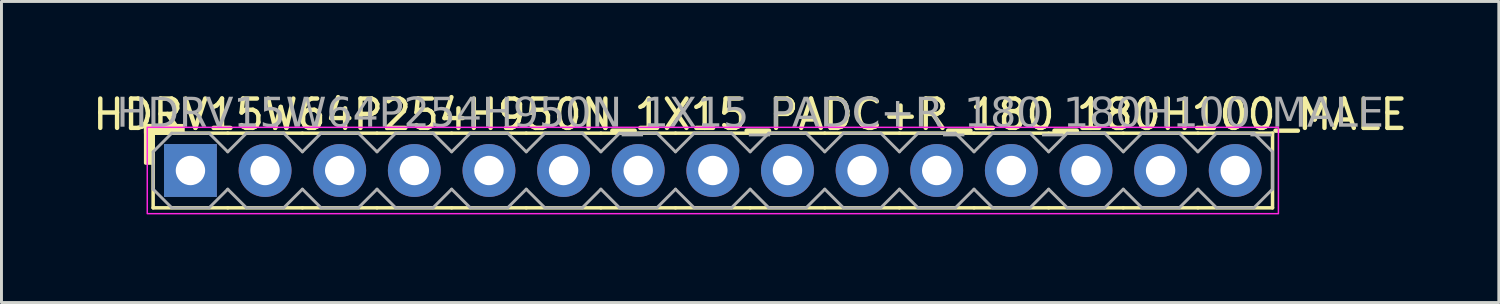
<source format=kicad_pcb>
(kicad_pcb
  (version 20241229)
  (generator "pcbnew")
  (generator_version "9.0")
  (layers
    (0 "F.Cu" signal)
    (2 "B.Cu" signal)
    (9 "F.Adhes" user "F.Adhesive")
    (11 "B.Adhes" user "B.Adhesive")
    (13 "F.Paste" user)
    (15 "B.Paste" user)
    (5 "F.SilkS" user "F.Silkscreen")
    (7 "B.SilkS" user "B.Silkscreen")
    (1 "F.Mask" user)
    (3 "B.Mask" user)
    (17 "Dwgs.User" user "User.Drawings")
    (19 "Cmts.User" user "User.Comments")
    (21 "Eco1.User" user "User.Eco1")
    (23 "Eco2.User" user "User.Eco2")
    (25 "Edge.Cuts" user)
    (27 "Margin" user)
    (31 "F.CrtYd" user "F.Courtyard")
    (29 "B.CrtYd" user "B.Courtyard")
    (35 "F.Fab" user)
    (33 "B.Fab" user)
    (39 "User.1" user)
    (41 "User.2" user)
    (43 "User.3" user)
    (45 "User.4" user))
  (footprint "HDRV15W64P254H950N_1X15_PADC+R_180_180H100_MALE"
    (layer "F.Cu")
    (at 21.212 2.753)
    (property "Reference" "HDRV15W64P254H950N_1X15_PADC+R_180_180H100_MALE" (at 1.27 -1.905 0) (layer "F.SilkS") (effects (font (size 1 1) (thickness 0.15))))
    (attr through_hole)
    (fp_line (start -19.05 1.27) (end -19.05 -1.27) (stroke (width 0.12) (type solid)) (layer "F.SilkS"))
    (fp_line (start -16.51 -1.27) (end -19.05 -1.27) (stroke (width 0.12) (type solid)) (layer "F.SilkS"))
    (fp_line (start -16.51 1.27) (end -19.05 1.27) (stroke (width 0.12) (type solid)) (layer "F.SilkS"))
    (fp_line (start -13.97 -1.27) (end -16.51 -1.27) (stroke (width 0.12) (type solid)) (layer "F.SilkS"))
    (fp_line (start -13.97 1.27) (end -16.51 1.27) (stroke (width 0.12) (type solid)) (layer "F.SilkS"))
    (fp_line (start -11.43 -1.27) (end -13.97 -1.27) (stroke (width 0.12) (type solid)) (layer "F.SilkS"))
    (fp_line (start -11.43 1.27) (end -13.97 1.27) (stroke (width 0.12) (type solid)) (layer "F.SilkS"))
    (fp_line (start -8.89 -1.27) (end -11.43 -1.27) (stroke (width 0.12) (type solid)) (layer "F.SilkS"))
    (fp_line (start -8.89 1.27) (end -11.43 1.27) (stroke (width 0.12) (type solid)) (layer "F.SilkS"))
    (fp_line (start -6.35 -1.27) (end -8.89 -1.27) (stroke (width 0.12) (type solid)) (layer "F.SilkS"))
    (fp_line (start -6.35 1.27) (end -8.89 1.27) (stroke (width 0.12) (type solid)) (layer "F.SilkS"))
    (fp_line (start -3.81 -1.27) (end -6.35 -1.27) (stroke (width 0.12) (type solid)) (layer "F.SilkS"))
    (fp_line (start -3.81 1.27) (end -6.35 1.27) (stroke (width 0.12) (type solid)) (layer "F.SilkS"))
    (fp_line (start -1.27 -1.27) (end -3.81 -1.27) (stroke (width 0.12) (type solid)) (layer "F.SilkS"))
    (fp_line (start -1.27 1.27) (end -3.81 1.27) (stroke (width 0.12) (type solid)) (layer "F.SilkS"))
    (fp_line (start 1.27 -1.27) (end -1.27 -1.27) (stroke (width 0.12) (type solid)) (layer "F.SilkS"))
    (fp_line (start 1.27 1.27) (end -1.27 1.27) (stroke (width 0.12) (type solid)) (layer "F.SilkS"))
    (fp_line (start 3.81 -1.27) (end 1.27 -1.27) (stroke (width 0.12) (type solid)) (layer "F.SilkS"))
    (fp_line (start 3.81 1.27) (end 1.27 1.27) (stroke (width 0.12) (type solid)) (layer "F.SilkS"))
    (fp_line (start 6.35 -1.27) (end 3.81 -1.27) (stroke (width 0.12) (type solid)) (layer "F.SilkS"))
    (fp_line (start 6.35 1.27) (end 3.81 1.27) (stroke (width 0.12) (type solid)) (layer "F.SilkS"))
    (fp_line (start 8.89 -1.27) (end 6.35 -1.27) (stroke (width 0.12) (type solid)) (layer "F.SilkS"))
    (fp_line (start 8.89 1.27) (end 6.35 1.27) (stroke (width 0.12) (type solid)) (layer "F.SilkS"))
    (fp_line (start 11.43 -1.27) (end 8.89 -1.27) (stroke (width 0.12) (type solid)) (layer "F.SilkS"))
    (fp_line (start 11.43 1.27) (end 8.89 1.27) (stroke (width 0.12) (type solid)) (layer "F.SilkS"))
    (fp_line (start 13.97 -1.27) (end 11.43 -1.27) (stroke (width 0.12) (type solid)) (layer "F.SilkS"))
    (fp_line (start 13.97 1.27) (end 11.43 1.27) (stroke (width 0.12) (type solid)) (layer "F.SilkS"))
    (fp_line (start 16.51 -1.27) (end 13.97 -1.27) (stroke (width 0.12) (type solid)) (layer "F.SilkS"))
    (fp_line (start 16.51 1.27) (end 13.97 1.27) (stroke (width 0.12) (type solid)) (layer "F.SilkS"))
    (fp_line (start 19.05 -1.27) (end 16.51 -1.27) (stroke (width 0.12) (type solid)) (layer "F.SilkS"))
    (fp_line (start 19.05 1.27) (end 16.51 1.27) (stroke (width 0.12) (type solid)) (layer "F.SilkS"))
    (fp_line (start 19.05 1.27) (end 19.05 -1.27) (stroke (width 0.12) (type solid)) (layer "F.SilkS"))
    (fp_rect (start -19.304 -0.254) (end -19.05 -1.524) (stroke (width 0.12) (type solid)) (fill yes) (layer "F.SilkS"))
    (fp_rect (start -18.034 -1.27) (end -19.304 -1.524) (stroke (width 0.12) (type solid)) (fill yes) (layer "F.SilkS"))
    (fp_rect (start -19.25 -1.47) (end 19.25 1.47) (stroke (width 0.05) (type default)) (fill no) (layer "F.CrtYd"))
    (fp_line (start -19.05 -0.635) (end -19.05 0.635) (stroke (width 0.1) (type solid)) (layer "F.Fab"))
    (fp_line (start -19.05 -0.635) (end -18.415 -1.27) (stroke (width 0.1) (type solid)) (layer "F.Fab"))
    (fp_line (start -18.415 -1.27) (end -17.145 -1.27) (stroke (width 0.1) (type solid)) (layer "F.Fab"))
    (fp_line (start -18.415 1.27) (end -19.05 0.635) (stroke (width 0.1) (type solid)) (layer "F.Fab"))
    (fp_line (start -17.145 -1.27) (end -16.51 -0.635) (stroke (width 0.1) (type solid)) (layer "F.Fab"))
    (fp_line (start -17.145 1.27) (end -18.415 1.27) (stroke (width 0.1) (type solid)) (layer "F.Fab"))
    (fp_line (start -16.51 -0.635) (end -15.875 -1.27) (stroke (width 0.1) (type solid)) (layer "F.Fab"))
    (fp_line (start -16.51 0.635) (end -17.145 1.27) (stroke (width 0.1) (type solid)) (layer "F.Fab"))
    (fp_line (start -15.875 -1.27) (end -14.605 -1.27) (stroke (width 0.1) (type solid)) (layer "F.Fab"))
    (fp_line (start -15.875 1.27) (end -16.51 0.635) (stroke (width 0.1) (type solid)) (layer "F.Fab"))
    (fp_line (start -14.605 -1.27) (end -13.97 -0.635) (stroke (width 0.1) (type solid)) (layer "F.Fab"))
    (fp_line (start -14.605 1.27) (end -15.875 1.27) (stroke (width 0.1) (type solid)) (layer "F.Fab"))
    (fp_line (start -13.97 -0.635) (end -13.335 -1.27) (stroke (width 0.1) (type solid)) (layer "F.Fab"))
    (fp_line (start -13.97 0.635) (end -14.605 1.27) (stroke (width 0.1) (type solid)) (layer "F.Fab"))
    (fp_line (start -13.335 -1.27) (end -12.065 -1.27) (stroke (width 0.1) (type solid)) (layer "F.Fab"))
    (fp_line (start -13.335 1.27) (end -13.97 0.635) (stroke (width 0.1) (type solid)) (layer "F.Fab"))
    (fp_line (start -12.065 -1.27) (end -11.43 -0.635) (stroke (width 0.1) (type solid)) (layer "F.Fab"))
    (fp_line (start -12.065 1.27) (end -13.335 1.27) (stroke (width 0.1) (type solid)) (layer "F.Fab"))
    (fp_line (start -11.43 -0.635) (end -10.795 -1.27) (stroke (width 0.1) (type solid)) (layer "F.Fab"))
    (fp_line (start -11.43 0.635) (end -12.065 1.27) (stroke (width 0.1) (type solid)) (layer "F.Fab"))
    (fp_line (start -10.795 -1.27) (end -9.525 -1.27) (stroke (width 0.1) (type solid)) (layer "F.Fab"))
    (fp_line (start -10.795 1.27) (end -11.43 0.635) (stroke (width 0.1) (type solid)) (layer "F.Fab"))
    (fp_line (start -9.525 -1.27) (end -8.89 -0.635) (stroke (width 0.1) (type solid)) (layer "F.Fab"))
    (fp_line (start -9.525 1.27) (end -10.795 1.27) (stroke (width 0.1) (type solid)) (layer "F.Fab"))
    (fp_line (start -8.89 -0.635) (end -8.255 -1.27) (stroke (width 0.1) (type solid)) (layer "F.Fab"))
    (fp_line (start -8.89 0.635) (end -9.525 1.27) (stroke (width 0.1) (type solid)) (layer "F.Fab"))
    (fp_line (start -8.255 -1.27) (end -6.985 -1.27) (stroke (width 0.1) (type solid)) (layer "F.Fab"))
    (fp_line (start -8.255 1.27) (end -8.89 0.635) (stroke (width 0.1) (type solid)) (layer "F.Fab"))
    (fp_line (start -6.985 -1.27) (end -6.35 -0.635) (stroke (width 0.1) (type solid)) (layer "F.Fab"))
    (fp_line (start -6.985 1.27) (end -8.255 1.27) (stroke (width 0.1) (type solid)) (layer "F.Fab"))
    (fp_line (start -6.35 -0.635) (end -5.715 -1.27) (stroke (width 0.1) (type solid)) (layer "F.Fab"))
    (fp_line (start -6.35 0.635) (end -6.985 1.27) (stroke (width 0.1) (type solid)) (layer "F.Fab"))
    (fp_line (start -5.715 -1.27) (end -4.445 -1.27) (stroke (width 0.1) (type solid)) (layer "F.Fab"))
    (fp_line (start -5.715 1.27) (end -6.35 0.635) (stroke (width 0.1) (type solid)) (layer "F.Fab"))
    (fp_line (start -4.445 -1.27) (end -3.81 -0.635) (stroke (width 0.1) (type solid)) (layer "F.Fab"))
    (fp_line (start -4.445 1.27) (end -5.715 1.27) (stroke (width 0.1) (type solid)) (layer "F.Fab"))
    (fp_line (start -3.81 -0.635) (end -3.175 -1.27) (stroke (width 0.1) (type solid)) (layer "F.Fab"))
    (fp_line (start -3.81 0.635) (end -4.445 1.27) (stroke (width 0.1) (type solid)) (layer "F.Fab"))
    (fp_line (start -3.175 -1.27) (end -1.905 -1.27) (stroke (width 0.1) (type solid)) (layer "F.Fab"))
    (fp_line (start -3.175 1.27) (end -3.81 0.635) (stroke (width 0.1) (type solid)) (layer "F.Fab"))
    (fp_line (start -1.905 -1.27) (end -1.27 -0.635) (stroke (width 0.1) (type solid)) (layer "F.Fab"))
    (fp_line (start -1.905 1.27) (end -3.175 1.27) (stroke (width 0.1) (type solid)) (layer "F.Fab"))
    (fp_line (start -1.27 -0.635) (end -0.635 -1.27) (stroke (width 0.1) (type solid)) (layer "F.Fab"))
    (fp_line (start -1.27 0.635) (end -1.905 1.27) (stroke (width 0.1) (type solid)) (layer "F.Fab"))
    (fp_line (start -0.635 -1.27) (end 0.635 -1.27) (stroke (width 0.1) (type solid)) (layer "F.Fab"))
    (fp_line (start -0.635 1.27) (end -1.27 0.635) (stroke (width 0.1) (type solid)) (layer "F.Fab"))
    (fp_line (start 0.635 -1.27) (end 1.27 -0.635) (stroke (width 0.1) (type solid)) (layer "F.Fab"))
    (fp_line (start 0.635 1.27) (end -0.635 1.27) (stroke (width 0.1) (type solid)) (layer "F.Fab"))
    (fp_line (start 1.27 -0.635) (end 1.905 -1.27) (stroke (width 0.1) (type solid)) (layer "F.Fab"))
    (fp_line (start 1.27 0.635) (end 0.635 1.27) (stroke (width 0.1) (type solid)) (layer "F.Fab"))
    (fp_line (start 1.905 -1.27) (end 3.175 -1.27) (stroke (width 0.1) (type solid)) (layer "F.Fab"))
    (fp_line (start 1.905 1.27) (end 1.27 0.635) (stroke (width 0.1) (type solid)) (layer "F.Fab"))
    (fp_line (start 3.175 -1.27) (end 3.81 -0.635) (stroke (width 0.1) (type solid)) (layer "F.Fab"))
    (fp_line (start 3.175 1.27) (end 1.905 1.27) (stroke (width 0.1) (type solid)) (layer "F.Fab"))
    (fp_line (start 3.81 -0.635) (end 4.445 -1.27) (stroke (width 0.1) (type solid)) (layer "F.Fab"))
    (fp_line (start 3.81 0.635) (end 3.175 1.27) (stroke (width 0.1) (type solid)) (layer "F.Fab"))
    (fp_line (start 4.445 -1.27) (end 5.715 -1.27) (stroke (width 0.1) (type solid)) (layer "F.Fab"))
    (fp_line (start 4.445 1.27) (end 3.81 0.635) (stroke (width 0.1) (type solid)) (layer "F.Fab"))
    (fp_line (start 5.715 -1.27) (end 6.35 -0.635) (stroke (width 0.1) (type solid)) (layer "F.Fab"))
    (fp_line (start 5.715 1.27) (end 4.445 1.27) (stroke (width 0.1) (type solid)) (layer "F.Fab"))
    (fp_line (start 6.35 -0.635) (end 6.985 -1.27) (stroke (width 0.1) (type solid)) (layer "F.Fab"))
    (fp_line (start 6.35 0.635) (end 5.715 1.27) (stroke (width 0.1) (type solid)) (layer "F.Fab"))
    (fp_line (start 6.985 -1.27) (end 8.255 -1.27) (stroke (width 0.1) (type solid)) (layer "F.Fab"))
    (fp_line (start 6.985 1.27) (end 6.35 0.635) (stroke (width 0.1) (type solid)) (layer "F.Fab"))
    (fp_line (start 8.255 -1.27) (end 8.89 -0.635) (stroke (width 0.1) (type solid)) (layer "F.Fab"))
    (fp_line (start 8.255 1.27) (end 6.985 1.27) (stroke (width 0.1) (type solid)) (layer "F.Fab"))
    (fp_line (start 8.89 -0.635) (end 9.525 -1.27) (stroke (width 0.1) (type solid)) (layer "F.Fab"))
    (fp_line (start 8.89 0.635) (end 8.255 1.27) (stroke (width 0.1) (type solid)) (layer "F.Fab"))
    (fp_line (start 9.525 -1.27) (end 10.795 -1.27) (stroke (width 0.1) (type solid)) (layer "F.Fab"))
    (fp_line (start 9.525 1.27) (end 8.89 0.635) (stroke (width 0.1) (type solid)) (layer "F.Fab"))
    (fp_line (start 10.795 -1.27) (end 11.43 -0.635) (stroke (width 0.1) (type solid)) (layer "F.Fab"))
    (fp_line (start 10.795 1.27) (end 9.525 1.27) (stroke (width 0.1) (type solid)) (layer "F.Fab"))
    (fp_line (start 11.43 -0.635) (end 12.065 -1.27) (stroke (width 0.1) (type solid)) (layer "F.Fab"))
    (fp_line (start 11.43 0.635) (end 10.795 1.27) (stroke (width 0.1) (type solid)) (layer "F.Fab"))
    (fp_line (start 12.065 -1.27) (end 13.335 -1.27) (stroke (width 0.1) (type solid)) (layer "F.Fab"))
    (fp_line (start 12.065 1.27) (end 11.43 0.635) (stroke (width 0.1) (type solid)) (layer "F.Fab"))
    (fp_line (start 13.335 -1.27) (end 13.97 -0.635) (stroke (width 0.1) (type solid)) (layer "F.Fab"))
    (fp_line (start 13.335 1.27) (end 12.065 1.27) (stroke (width 0.1) (type solid)) (layer "F.Fab"))
    (fp_line (start 13.97 -0.635) (end 14.605 -1.27) (stroke (width 0.1) (type solid)) (layer "F.Fab"))
    (fp_line (start 13.97 0.635) (end 13.335 1.27) (stroke (width 0.1) (type solid)) (layer "F.Fab"))
    (fp_line (start 14.605 -1.27) (end 15.875 -1.27) (stroke (width 0.1) (type solid)) (layer "F.Fab"))
    (fp_line (start 14.605 1.27) (end 13.97 0.635) (stroke (width 0.1) (type solid)) (layer "F.Fab"))
    (fp_line (start 15.875 -1.27) (end 16.51 -0.635) (stroke (width 0.1) (type solid)) (layer "F.Fab"))
    (fp_line (start 15.875 1.27) (end 14.605 1.27) (stroke (width 0.1) (type solid)) (layer "F.Fab"))
    (fp_line (start 16.51 -0.635) (end 17.145 -1.27) (stroke (width 0.1) (type solid)) (layer "F.Fab"))
    (fp_line (start 16.51 0.635) (end 15.875 1.27) (stroke (width 0.1) (type solid)) (layer "F.Fab"))
    (fp_line (start 17.145 -1.27) (end 18.415 -1.27) (stroke (width 0.1) (type solid)) (layer "F.Fab"))
    (fp_line (start 17.145 1.27) (end 16.51 0.635) (stroke (width 0.1) (type solid)) (layer "F.Fab"))
    (fp_line (start 18.415 -1.27) (end 19.05 -0.635) (stroke (width 0.1) (type solid)) (layer "F.Fab"))
    (fp_line (start 18.415 1.27) (end 17.145 1.27) (stroke (width 0.1) (type solid)) (layer "F.Fab"))
    (fp_line (start 19.05 -0.635) (end 19.05 0.635) (stroke (width 0.1) (type solid)) (layer "F.Fab"))
    (fp_line (start 19.05 0.635) (end 18.415 1.27) (stroke (width 0.1) (type solid)) (layer "F.Fab"))
    (fp_rect (start -17.526 -0.254) (end -18.034 0.254) (stroke (width 0.1) (type solid)) (fill no) (layer "F.Fab"))
    (fp_rect (start -14.986 -0.254) (end -15.494 0.254) (stroke (width 0.1) (type solid)) (fill no) (layer "F.Fab"))
    (fp_rect (start -12.446 -0.254) (end -12.954 0.254) (stroke (width 0.1) (type solid)) (fill no) (layer "F.Fab"))
    (fp_rect (start -9.906 -0.254) (end -10.414 0.254) (stroke (width 0.1) (type solid)) (fill no) (layer "F.Fab"))
    (fp_rect (start -7.366 -0.254) (end -7.874 0.254) (stroke (width 0.1) (type solid)) (fill no) (layer "F.Fab"))
    (fp_rect (start -4.826 -0.254) (end -5.334 0.254) (stroke (width 0.1) (type solid)) (fill no) (layer "F.Fab"))
    (fp_rect (start -2.286 -0.254) (end -2.794 0.254) (stroke (width 0.1) (type solid)) (fill no) (layer "F.Fab"))
    (fp_rect (start 0.254 -0.254) (end -0.254 0.254) (stroke (width 0.1) (type solid)) (fill no) (layer "F.Fab"))
    (fp_rect (start 2.794 -0.254) (end 2.286 0.254) (stroke (width 0.1) (type solid)) (fill no) (layer "F.Fab"))
    (fp_rect (start 5.334 -0.254) (end 4.826 0.254) (stroke (width 0.1) (type solid)) (fill no) (layer "F.Fab"))
    (fp_rect (start 7.874 -0.254) (end 7.366 0.254) (stroke (width 0.1) (type solid)) (fill no) (layer "F.Fab"))
    (fp_rect (start 10.414 -0.254) (end 9.906 0.254) (stroke (width 0.1) (type solid)) (fill no) (layer "F.Fab"))
    (fp_rect (start 12.954 -0.254) (end 12.446 0.254) (stroke (width 0.1) (type solid)) (fill no) (layer "F.Fab"))
    (fp_rect (start 15.494 -0.254) (end 14.986 0.254) (stroke (width 0.1) (type solid)) (fill no) (layer "F.Fab"))
    (fp_rect (start 18.034 -0.254) (end 17.526 0.254) (stroke (width 0.1) (type solid)) (fill no) (layer "F.Fab"))
    (fp_text user "${REFERENCE}" (at 1.27 -1.905 0) (layer "F.Fab") (effects (font (face "Tahoma") (size 1 1) (thickness 0.15))))
    (pad "1" thru_hole rect (at -17.78 0) (size 1.8 1.8) (drill 1) (layers "*.Cu" "*.Mask"))
    (pad "2" thru_hole circle (at -15.24 0) (size 1.8 1.8) (drill 1) (layers "*.Cu" "*.Mask"))
    (pad "3" thru_hole circle (at -12.7 0) (size 1.8 1.8) (drill 1) (layers "*.Cu" "*.Mask"))
    (pad "4" thru_hole circle (at -10.16 0) (size 1.8 1.8) (drill 1) (layers "*.Cu" "*.Mask"))
    (pad "5" thru_hole circle (at -7.62 0) (size 1.8 1.8) (drill 1) (layers "*.Cu" "*.Mask"))
    (pad "6" thru_hole circle (at -5.08 0) (size 1.8 1.8) (drill 1) (layers "*.Cu" "*.Mask"))
    (pad "7" thru_hole circle (at -2.54 0) (size 1.8 1.8) (drill 1) (layers "*.Cu" "*.Mask"))
    (pad "8" thru_hole circle (at 0 0) (size 1.8 1.8) (drill 1) (layers "*.Cu" "*.Mask"))
    (pad "9" thru_hole circle (at 2.54 0) (size 1.8 1.8) (drill 1) (layers "*.Cu" "*.Mask"))
    (pad "10" thru_hole circle (at 5.08 0) (size 1.8 1.8) (drill 1) (layers "*.Cu" "*.Mask"))
    (pad "11" thru_hole circle (at 7.62 0) (size 1.8 1.8) (drill 1) (layers "*.Cu" "*.Mask"))
    (pad "12" thru_hole circle (at 10.16 0) (size 1.8 1.8) (drill 1) (layers "*.Cu" "*.Mask"))
    (pad "13" thru_hole circle (at 12.7 0) (size 1.8 1.8) (drill 1) (layers "*.Cu" "*.Mask"))
    (pad "14" thru_hole circle (at 15.24 0) (size 1.8 1.8) (drill 1) (layers "*.Cu" "*.Mask"))
    (pad "15" thru_hole circle (at 17.78 0) (size 1.8 1.8) (drill 1) (layers "*.Cu" "*.Mask")))
  (gr_rect
    (start -3 -3)
    (end 47.964 7.248)
    (stroke (width 0.1) (type default))
    (fill no)
    (layer "Edge.Cuts")))
</source>
